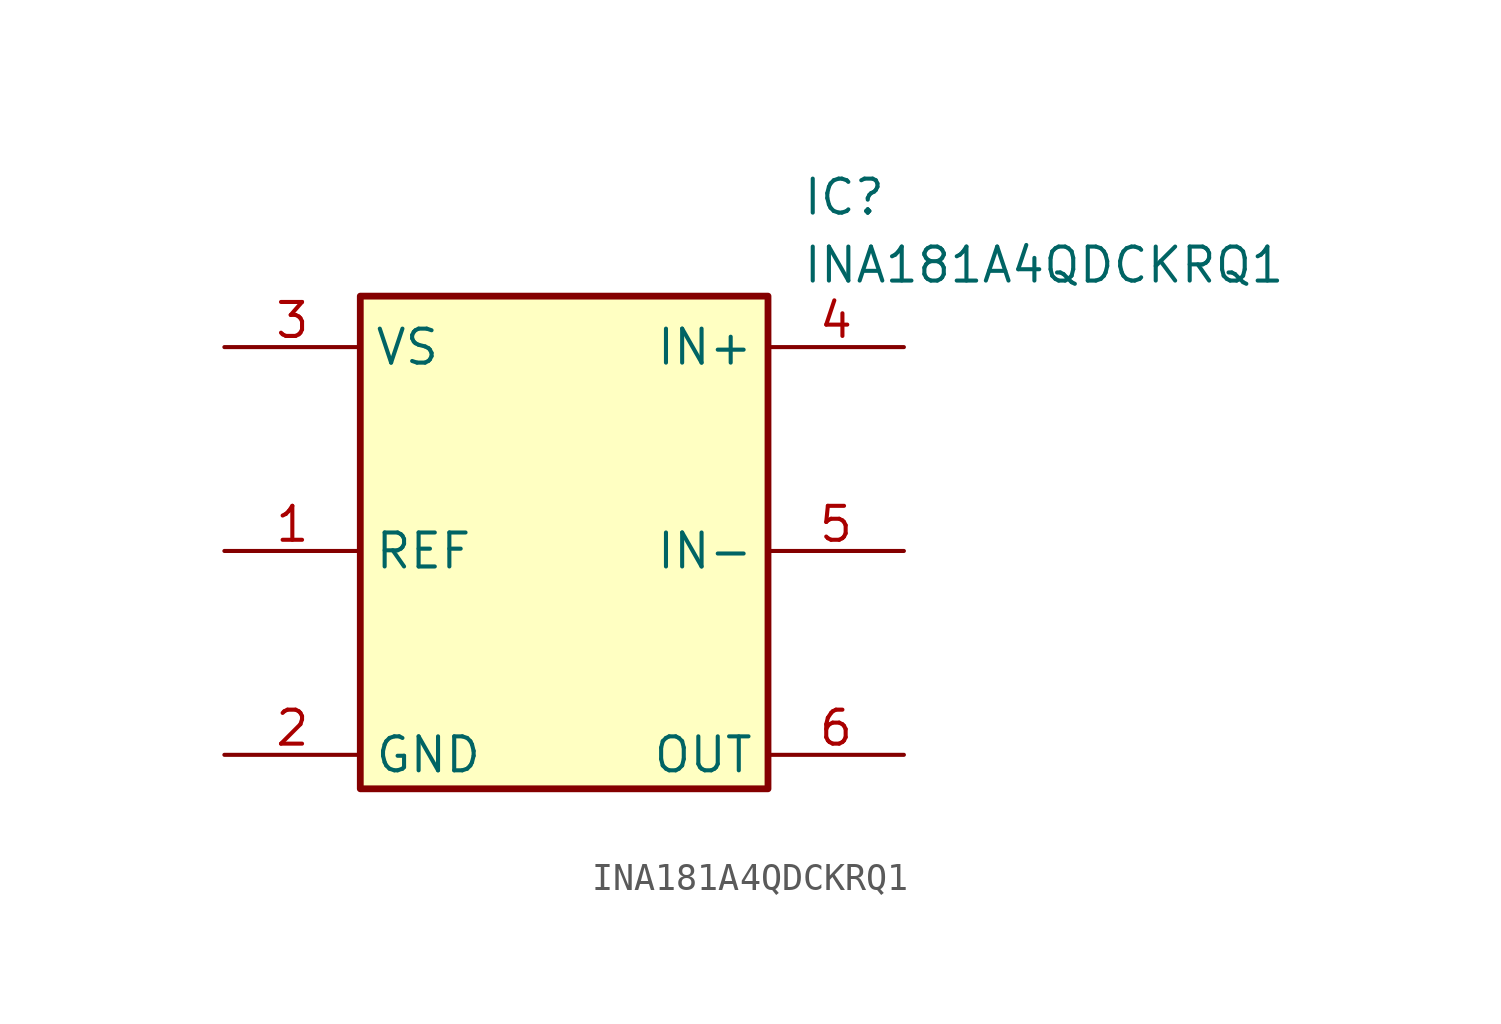
<source format=kicad_sym>
(kicad_symbol_lib
  (version 20231120)
  (generator "kicad_symbol_editor")
  (generator_version "8.0")
  (symbol "INA181A4QDCKRQ1"
    (property "Reference" "IC"
      (at 21.59 7.62 0)
      (effects (font (size 1.27 1.27)) (justify left top)))
    (property "Value" "INA181A4QDCKRQ1"
      (at 21.59 5.08 0)
      (effects (font (size 1.27 1.27)) (justify left top)))
    (symbol "INA181A4QDCKRQ1_1_1"
      (rectangle (start 5.08 3.175) (end 20.32 -15.24) (stroke (width 0.254) (type default)) (fill (type background)))
      (pin passive line (at 0 -6.35 0) (length 5.08) (name "REF" (effects (font (size 1.27 1.27)))) (number "1" (effects (font (size 1.27 1.27)))))
      (pin passive line (at 0 -13.97 0) (length 5.08) (name "GND" (effects (font (size 1.27 1.27)))) (number "2" (effects (font (size 1.27 1.27)))))
      (pin passive line (at 0 1.27 0) (length 5.08) (name "VS" (effects (font (size 1.27 1.27)))) (number "3" (effects (font (size 1.27 1.27)))))
      (pin passive line (at 25.4 1.27 180) (length 5.08) (name "IN+" (effects (font (size 1.27 1.27)))) (number "4" (effects (font (size 1.27 1.27)))))
      (pin passive line (at 25.4 -6.35 180) (length 5.08) (name "IN-" (effects (font (size 1.27 1.27)))) (number "5" (effects (font (size 1.27 1.27)))))
      (pin passive line (at 25.4 -13.97 180) (length 5.08) (name "OUT" (effects (font (size 1.27 1.27)))) (number "6" (effects (font (size 1.27 1.27))))))))
</source>
